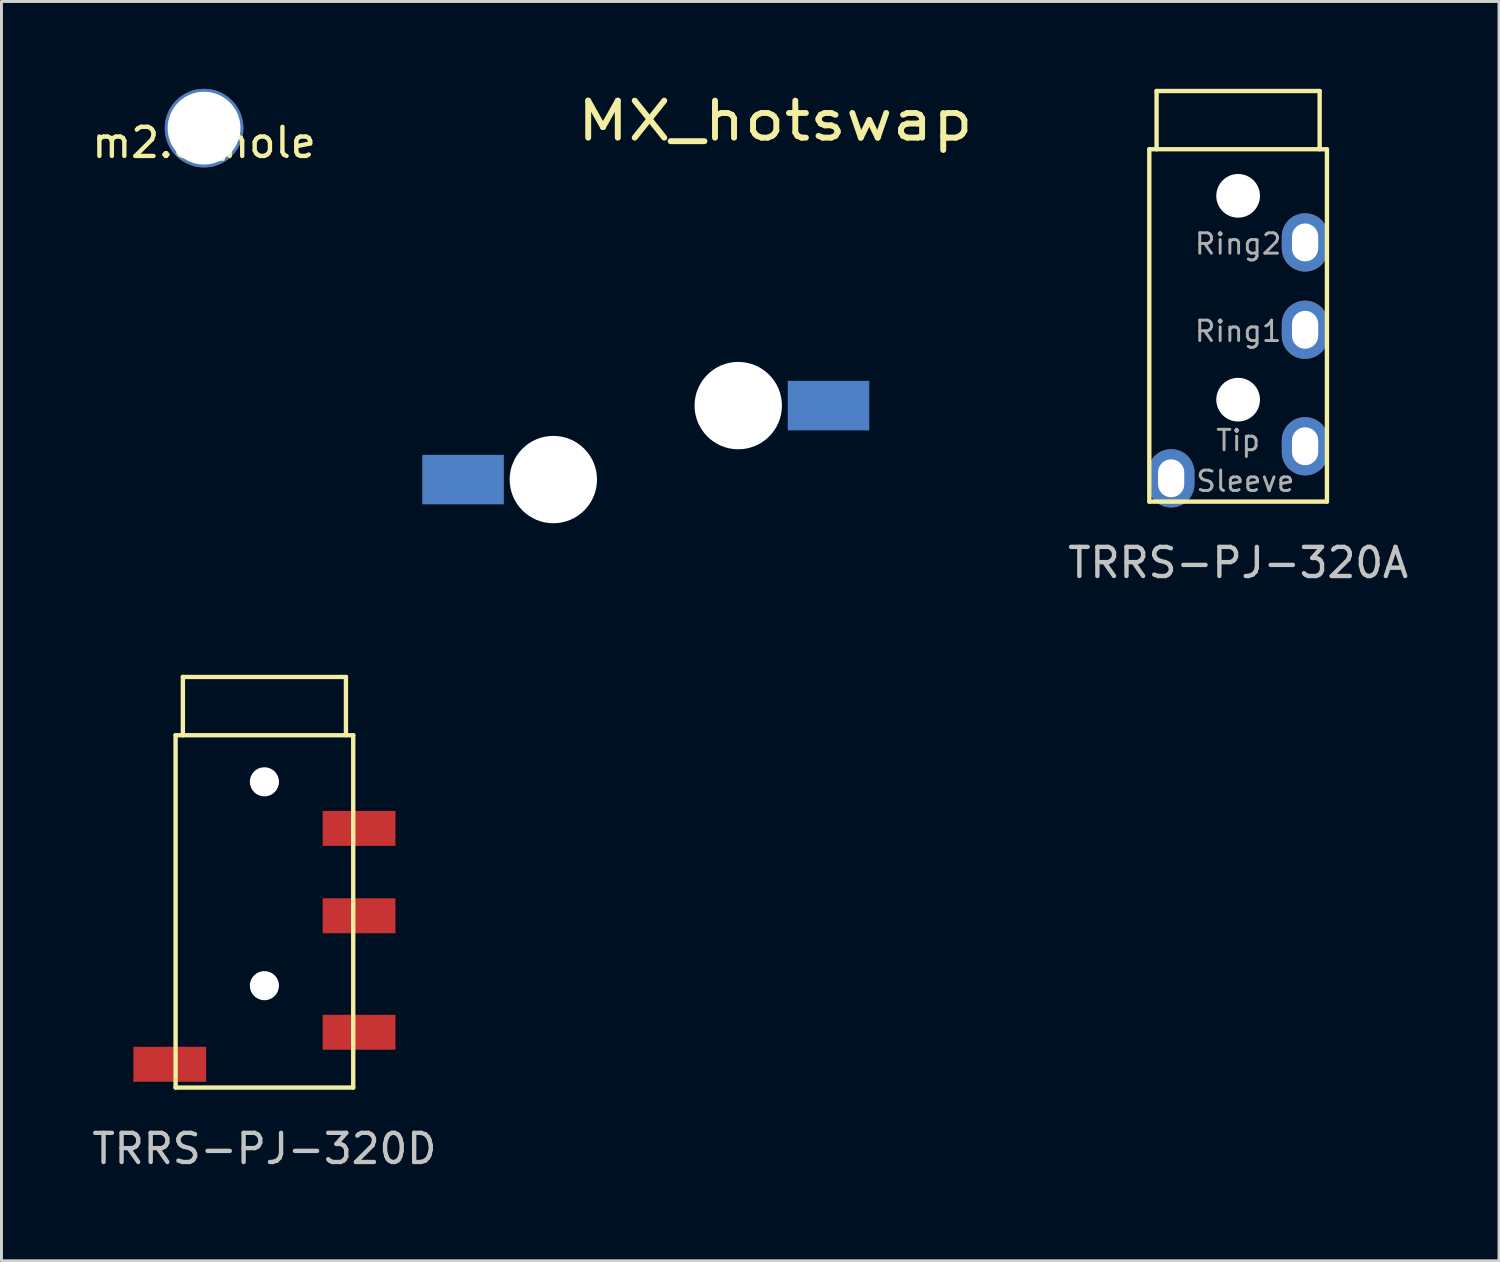
<source format=kicad_pcb>
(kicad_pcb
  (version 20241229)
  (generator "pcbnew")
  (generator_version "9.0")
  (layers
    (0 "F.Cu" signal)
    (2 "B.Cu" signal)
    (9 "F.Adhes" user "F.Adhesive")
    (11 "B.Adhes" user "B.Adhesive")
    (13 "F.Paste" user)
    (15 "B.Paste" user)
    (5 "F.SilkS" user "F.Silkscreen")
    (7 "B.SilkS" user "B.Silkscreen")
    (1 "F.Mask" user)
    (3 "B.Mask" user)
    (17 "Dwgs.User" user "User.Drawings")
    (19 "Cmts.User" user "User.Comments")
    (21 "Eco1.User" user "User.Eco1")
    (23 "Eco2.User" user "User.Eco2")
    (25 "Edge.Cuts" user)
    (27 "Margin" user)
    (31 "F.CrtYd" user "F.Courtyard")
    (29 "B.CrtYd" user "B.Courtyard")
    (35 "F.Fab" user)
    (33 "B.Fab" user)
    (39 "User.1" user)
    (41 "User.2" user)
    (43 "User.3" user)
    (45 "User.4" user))
  (footprint "TRRS-PJ-320A"
    (layer "F.Cu")
    (at 39.468 2.075)
    (property "Reference" "TRRS-PJ-320A" (at 0 14.2 0) (layer "Dwgs.User") (effects (font (size 1 1) (thickness 0.15))))
    (attr through_hole)
    (fp_line (start -3.05 0) (end -3.05 12.1) (stroke (width 0.15) (type solid)) (layer "F.SilkS"))
    (fp_line (start -2.8 0) (end -2.8 -2) (stroke (width 0.15) (type solid)) (layer "F.SilkS"))
    (fp_line (start 2.8 -2) (end -2.8 -2) (stroke (width 0.15) (type solid)) (layer "F.SilkS"))
    (fp_line (start 2.8 0) (end 2.8 -2) (stroke (width 0.15) (type solid)) (layer "F.SilkS"))
    (fp_line (start 3.05 0) (end -3.05 0) (stroke (width 0.15) (type solid)) (layer "F.SilkS"))
    (fp_line (start 3.05 0) (end 3.05 12.1) (stroke (width 0.15) (type solid)) (layer "F.SilkS"))
    (fp_line (start 3.05 12.1) (end -3.05 12.1) (stroke (width 0.15) (type solid)) (layer "F.SilkS"))
    (fp_text user "Tip" (at 0 10 0) (layer "F.Fab") (effects (font (size 0.7 0.7) (thickness 0.1))))
    (fp_text user "Ring1" (at 0 6.25 0) (layer "F.Fab") (effects (font (size 0.7 0.7) (thickness 0.1))))
    (fp_text user "Sleeve" (at 0.25 11.4 0) (layer "F.Fab") (effects (font (size 0.7 0.7) (thickness 0.1))))
    (fp_text user "Ring2" (at 0 3.25 0) (layer "F.Fab") (effects (font (size 0.7 0.7) (thickness 0.1))))
    (pad "" np_thru_hole circle (at 0 1.6) (size 1.5 1.5) (drill 1.5) (layers "*.Cu" "*.Mask"))
    (pad "" np_thru_hole circle (at 0 8.6) (size 1.5 1.5) (drill 1.5) (layers "*.Cu" "*.Mask"))
    (pad "R1" thru_hole oval (at 2.3 10.2) (size 1.6 2) (drill oval 0.9 1.3) (layers "*.Cu" "*.Mask"))
    (pad "R2" thru_hole oval (at 2.3 6.2) (size 1.6 2) (drill oval 0.9 1.3) (layers "*.Cu" "*.Mask"))
    (pad "S" thru_hole oval (at 2.3 3.2) (size 1.6 2) (drill oval 0.9 1.3) (layers "*.Cu" "*.Mask"))
    (pad "T" thru_hole oval (at -2.3 11.3) (size 1.6 2) (drill oval 0.9 1.3) (layers "*.Cu" "*.Mask")))
  (footprint "TRRS-PJ-320D"
    (layer "F.Cu")
    (at 6.03 22.198)
    (property "Reference" "TRRS-PJ-320D" (at 0 14.2 0) (layer "Dwgs.User") (effects (font (size 1 1) (thickness 0.15))))
    (attr through_hole)
    (fp_line (start -3.05 0) (end -3.05 12.1) (stroke (width 0.15) (type solid)) (layer "F.SilkS"))
    (fp_line (start -2.8 0) (end -2.8 -2) (stroke (width 0.15) (type solid)) (layer "F.SilkS"))
    (fp_line (start 2.8 -2) (end -2.8 -2) (stroke (width 0.15) (type solid)) (layer "F.SilkS"))
    (fp_line (start 2.8 0) (end 2.8 -2) (stroke (width 0.15) (type solid)) (layer "F.SilkS"))
    (fp_line (start 3.05 0) (end -3.05 0) (stroke (width 0.15) (type solid)) (layer "F.SilkS"))
    (fp_line (start 3.05 0) (end 3.05 12.1) (stroke (width 0.15) (type solid)) (layer "F.SilkS"))
    (fp_line (start 3.05 12.1) (end -3.05 12.1) (stroke (width 0.15) (type solid)) (layer "F.SilkS"))
    (pad "" np_thru_hole circle (at 0 1.6) (size 1 1) (drill 1) (layers "*.Cu" "*.Mask"))
    (pad "" np_thru_hole circle (at 0 8.6) (size 1 1) (drill 1) (layers "*.Cu" "*.Mask"))
    (pad "R1" smd rect (at 3.25 10.2) (size 2.5 1.2) (layers "F.Cu" "F.Mask" "F.Paste"))
    (pad "R2" smd rect (at 3.25 6.2) (size 2.5 1.2) (layers "F.Cu" "F.Mask" "F.Paste"))
    (pad "S" smd rect (at 3.25 3.2) (size 2.5 1.2) (layers "F.Cu" "F.Mask" "F.Paste"))
    (pad "T" smd rect (at -3.25 11.3) (size 2.5 1.2) (layers "F.Cu" "F.Mask" "F.Paste")))
  (footprint "MX_hotswap"
    (layer "F.Cu")
    (at 18.492 8.339)
    (property "Reference" "MX_hotswap" (at 5.08 -7.239 180) (layer "F.SilkS") (effects (font (size 1.27 1.524) (thickness 0.203))))
    (attr smd)
    (fp_line (start -7.5 3.175) (end -7.5 6.985) (stroke (width 0.15) (type solid)) (layer "Eco2.User"))
    (fp_line (start -6.985 3.175) (end -7.5 3.175) (stroke (width 0.15) (type solid)) (layer "Eco2.User"))
    (fp_line (start -6.985 6.985) (end -7.5 6.985) (stroke (width 0.15) (type solid)) (layer "Eco2.User"))
    (fp_line (start 6.985 0.7) (end 9.5 0.7) (stroke (width 0.15) (type solid)) (layer "Eco2.User"))
    (fp_line (start 9.5 0.7) (end 9.5 5.5) (stroke (width 0.15) (type solid)) (layer "Eco2.User"))
    (fp_line (start 9.5 5.5) (end 6.985 5.5) (stroke (width 0.15) (type solid)) (layer "Eco2.User"))
    (pad "" np_thru_hole circle (at -2.54 5.08 180) (size 3 3) (drill 3) (layers "*.Cu" "*.Mask"))
    (pad "" np_thru_hole circle (at 3.81 2.54 180) (size 3 3) (drill 3) (layers "*.Cu" "*.Mask"))
    (pad "1" smd rect (at -5.64 5.08 180) (size 2.8 1.7) (layers "B.Cu" "B.Mask" "B.Paste"))
    (pad "2" smd rect (at 6.91 2.54 180) (size 2.8 1.7) (layers "B.Cu" "B.Mask" "B.Paste")))
  (footprint "m2.5_hole"
    (layer "F.Cu")
    (at 3.958 1.35)
    (property "Reference" "m2.5_hole" (at 0 0.5 0) (layer "F.SilkS") (effects (font (size 1 1) (thickness 0.15))))
    (attr through_hole)
    (pad "1" thru_hole circle (at 0 0) (size 2.7 2.7) (drill 2.5) (layers "*.Cu" "*.Mask" "Eco2.User")))
  (gr_rect
    (start -3 -3)
    (end 48.426 40.246)
    (stroke (width 0.1) (type default))
    (fill no)
    (layer "Edge.Cuts")))
</source>
